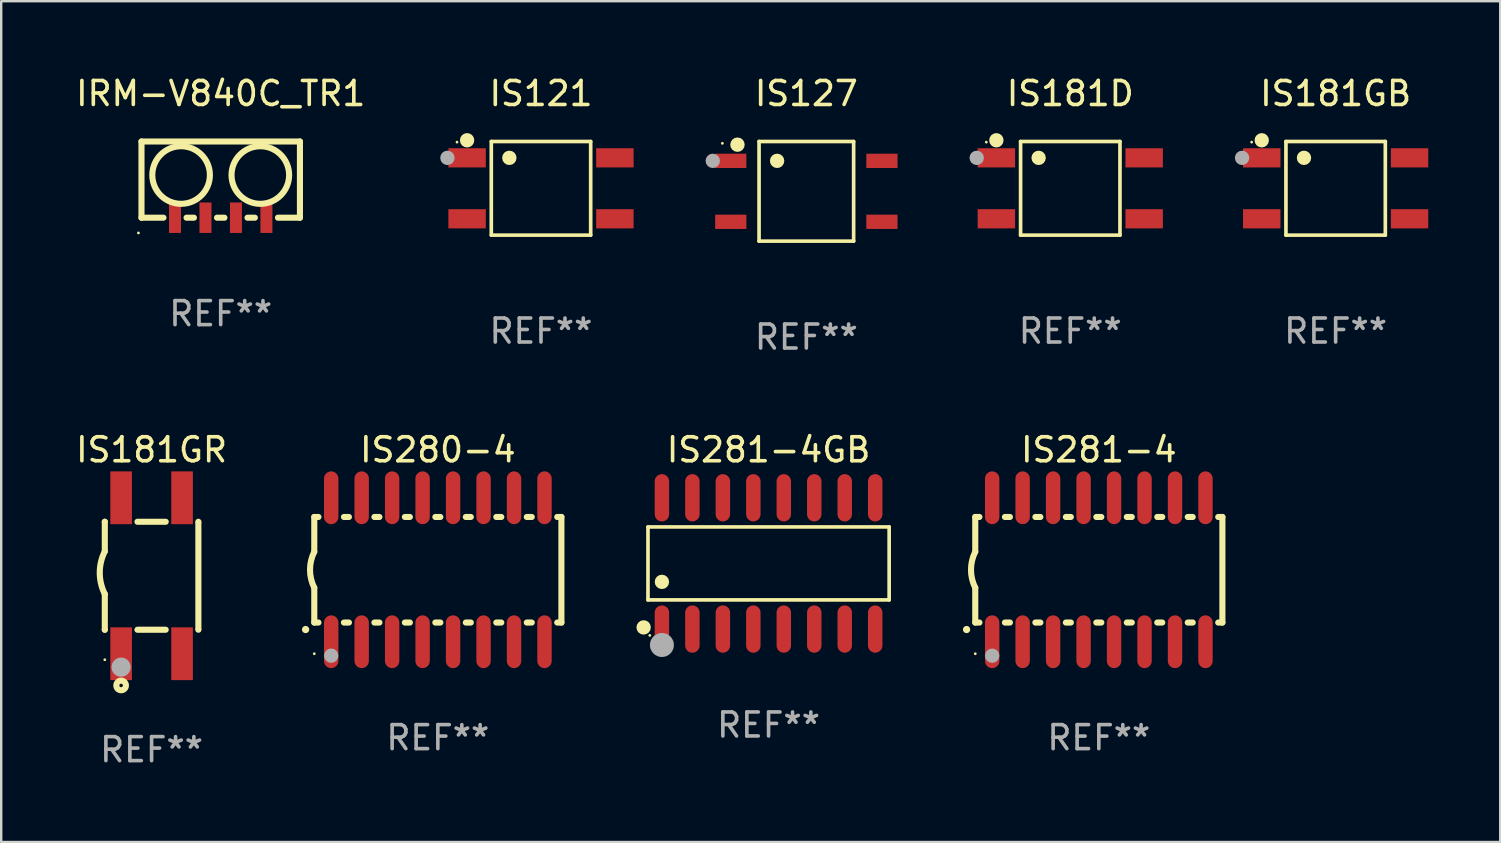
<source format=kicad_pcb>
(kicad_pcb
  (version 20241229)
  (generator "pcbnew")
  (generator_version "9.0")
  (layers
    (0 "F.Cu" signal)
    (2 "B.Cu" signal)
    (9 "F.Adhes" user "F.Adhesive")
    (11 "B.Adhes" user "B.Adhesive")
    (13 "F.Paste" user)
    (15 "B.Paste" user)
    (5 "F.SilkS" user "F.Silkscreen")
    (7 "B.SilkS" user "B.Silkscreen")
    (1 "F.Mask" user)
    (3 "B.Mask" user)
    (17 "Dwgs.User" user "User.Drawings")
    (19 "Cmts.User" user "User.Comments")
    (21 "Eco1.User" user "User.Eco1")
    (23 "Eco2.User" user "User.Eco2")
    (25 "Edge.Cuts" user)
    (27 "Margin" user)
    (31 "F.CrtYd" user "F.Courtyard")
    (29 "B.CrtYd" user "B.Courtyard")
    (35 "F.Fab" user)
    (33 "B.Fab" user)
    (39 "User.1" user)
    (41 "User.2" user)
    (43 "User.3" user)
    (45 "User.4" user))
  (footprint "IS181GB"
    (layer "F.Cu")
    (at 52.618 4.799)
    (property "Reference" "IS181GB" (at 0 -3.951 0) (layer "F.SilkS") (effects (font (size 1 1) (thickness 0.15))))
    (attr through_hole)
    (fp_line (start -2.071 -1.951) (end 2.071 -1.951) (stroke (width 0.152) (type solid)) (layer "F.SilkS"))
    (fp_line (start -2.071 1.951) (end -2.071 -1.951) (stroke (width 0.152) (type solid)) (layer "F.SilkS"))
    (fp_line (start 2.071 -1.951) (end 2.071 1.951) (stroke (width 0.152) (type solid)) (layer "F.SilkS"))
    (fp_line (start 2.071 1.951) (end -2.071 1.951) (stroke (width 0.152) (type solid)) (layer "F.SilkS"))
    (fp_circle (center -3.5 -1.925) (end -3.47 -1.925) (stroke (width 0.06) (type solid)) (fill no) (layer "F.SilkS"))
    (fp_circle (center -3.08 -2.002) (end -2.93 -2.002) (stroke (width 0.3) (type solid)) (fill no) (layer "F.SilkS"))
    (fp_circle (center -1.319 -1.27) (end -1.169 -1.27) (stroke (width 0.3) (type solid)) (fill no) (layer "F.SilkS"))
    (fp_circle (center -3.9 -1.27) (end -3.75 -1.27) (stroke (width 0.3) (type solid)) (fill no) (layer "F.Fab"))
    (fp_text user "REF**" (at 0 5.951 0) (layer "F.Fab") (effects (font (size 1 1) (thickness 0.15))))
    (pad "1" smd rect (at -3.08 -1.27) (size 1.56 0.8) (layers "F.Cu" "F.Mask" "F.Paste"))
    (pad "2" smd rect (at -3.08 1.27) (size 1.56 0.8) (layers "F.Cu" "F.Mask" "F.Paste"))
    (pad "3" smd rect (at 3.08 1.27) (size 1.56 0.8) (layers "F.Cu" "F.Mask" "F.Paste"))
    (pad "4" smd rect (at 3.08 -1.27) (size 1.56 0.8) (layers "F.Cu" "F.Mask" "F.Paste")))
  (footprint "IRM-V840C_TR1"
    (layer "F.Cu")
    (at 6.149 4.436)
    (property "Reference" "IRM-V840C_TR1" (at 0 -3.588 0) (layer "F.SilkS") (effects (font (size 1 1) (thickness 0.15))))
    (attr through_hole)
    (fp_line (start -3.302 -1.588) (end -3.302 1.588) (stroke (width 0.254) (type solid)) (layer "F.SilkS"))
    (fp_line (start -3.302 1.588) (end -2.386 1.588) (stroke (width 0.254) (type solid)) (layer "F.SilkS"))
    (fp_line (start -1.424 1.588) (end -1.116 1.588) (stroke (width 0.254) (type solid)) (layer "F.SilkS"))
    (fp_line (start -0.154 1.588) (end 0.154 1.588) (stroke (width 0.254) (type solid)) (layer "F.SilkS"))
    (fp_line (start 1.116 1.588) (end 1.424 1.588) (stroke (width 0.254) (type solid)) (layer "F.SilkS"))
    (fp_line (start 2.386 1.588) (end 3.302 1.588) (stroke (width 0.254) (type solid)) (layer "F.SilkS"))
    (fp_line (start 3.302 -1.588) (end -3.302 -1.588) (stroke (width 0.254) (type solid)) (layer "F.SilkS"))
    (fp_line (start 3.302 1.588) (end 3.302 -1.588) (stroke (width 0.254) (type solid)) (layer "F.SilkS"))
    (fp_circle (center -3.429 2.223) (end -3.399 2.223) (stroke (width 0.06) (type solid)) (fill no) (layer "F.SilkS"))
    (fp_circle (center -1.651 -0.191) (end -0.451 -0.191) (stroke (width 0.254) (type solid)) (fill no) (layer "F.SilkS"))
    (fp_circle (center 1.651 -0.191) (end 2.851 -0.191) (stroke (width 0.254) (type solid)) (fill no) (layer "F.SilkS"))
    (fp_text user "REF**" (at 0 5.588 0) (layer "F.Fab") (effects (font (size 1 1) (thickness 0.15))))
    (pad "1" smd rect (at -1.905 1.588) (size 0.5 1.27) (layers "F.Cu" "F.Mask" "F.Paste"))
    (pad "2" smd rect (at -0.635 1.588) (size 0.5 1.27) (layers "F.Cu" "F.Mask" "F.Paste"))
    (pad "3" smd rect (at 0.635 1.588) (size 0.5 1.27) (layers "F.Cu" "F.Mask" "F.Paste"))
    (pad "4" smd rect (at 1.905 1.588) (size 0.5 1.27) (layers "F.Cu" "F.Mask" "F.Paste")))
  (footprint "IS280-4"
    (layer "F.Cu")
    (at 15.199 20.697)
    (property "Reference" "IS280-4" (at 0 -5 0) (layer "F.SilkS") (effects (font (size 1 1) (thickness 0.15))))
    (attr through_hole)
    (fp_line (start -5.15 -2.2) (end -5.15 -0.75) (stroke (width 0.254) (type solid)) (layer "F.SilkS"))
    (fp_line (start -5.15 -2.2) (end -4.976 -2.2) (stroke (width 0.254) (type solid)) (layer "F.SilkS"))
    (fp_line (start -5.15 2.2) (end -5.15 0.75) (stroke (width 0.254) (type solid)) (layer "F.SilkS"))
    (fp_line (start -5.15 2.2) (end -4.976 2.2) (stroke (width 0.254) (type solid)) (layer "F.SilkS"))
    (fp_line (start -3.914 -2.2) (end -3.706 -2.2) (stroke (width 0.254) (type solid)) (layer "F.SilkS"))
    (fp_line (start -3.914 2.2) (end -3.706 2.2) (stroke (width 0.254) (type solid)) (layer "F.SilkS"))
    (fp_line (start -2.644 -2.2) (end -2.436 -2.2) (stroke (width 0.254) (type solid)) (layer "F.SilkS"))
    (fp_line (start -2.644 2.2) (end -2.436 2.2) (stroke (width 0.254) (type solid)) (layer "F.SilkS"))
    (fp_line (start -1.374 -2.2) (end -1.166 -2.2) (stroke (width 0.254) (type solid)) (layer "F.SilkS"))
    (fp_line (start -1.374 2.2) (end -1.166 2.2) (stroke (width 0.254) (type solid)) (layer "F.SilkS"))
    (fp_line (start -0.104 -2.2) (end 0.104 -2.2) (stroke (width 0.254) (type solid)) (layer "F.SilkS"))
    (fp_line (start -0.104 2.2) (end 0.104 2.2) (stroke (width 0.254) (type solid)) (layer "F.SilkS"))
    (fp_line (start 1.166 -2.2) (end 1.374 -2.2) (stroke (width 0.254) (type solid)) (layer "F.SilkS"))
    (fp_line (start 1.166 2.2) (end 1.374 2.2) (stroke (width 0.254) (type solid)) (layer "F.SilkS"))
    (fp_line (start 2.436 -2.2) (end 2.644 -2.2) (stroke (width 0.254) (type solid)) (layer "F.SilkS"))
    (fp_line (start 2.436 2.2) (end 2.644 2.2) (stroke (width 0.254) (type solid)) (layer "F.SilkS"))
    (fp_line (start 3.706 -2.2) (end 3.914 -2.2) (stroke (width 0.254) (type solid)) (layer "F.SilkS"))
    (fp_line (start 3.706 2.2) (end 3.914 2.2) (stroke (width 0.254) (type solid)) (layer "F.SilkS"))
    (fp_line (start 4.976 -2.2) (end 5.15 -2.2) (stroke (width 0.254) (type solid)) (layer "F.SilkS"))
    (fp_line (start 4.976 2.2) (end 5.15 2.2) (stroke (width 0.254) (type solid)) (layer "F.SilkS"))
    (fp_line (start 5.15 2.2) (end 5.15 -2.2) (stroke (width 0.254) (type solid)) (layer "F.SilkS"))
    (fp_arc (start -5.513081 2.491618) (mid -5.511811 2.491613) (end -5.510541 2.491618) (stroke (width 0.3) (type solid)) (layer "F.SilkS"))
    (fp_arc (start -5.15047 0.751207) (mid -5.327506 0.000556) (end -5.150013 -0.749987) (stroke (width 0.254001) (type solid)) (layer "F.SilkS"))
    (fp_circle (center -5.15 3.5) (end -5.12 3.5) (stroke (width 0.06) (type solid)) (fill no) (layer "F.SilkS"))
    (fp_circle (center -4.445 3.582) (end -4.295 3.582) (stroke (width 0.3) (type solid)) (fill no) (layer "F.Fab"))
    (fp_text user "REF**" (at 0 7 0) (layer "F.Fab") (effects (font (size 1 1) (thickness 0.15))))
    (pad "1" smd oval (at -4.445 3 180) (size 0.6 2.2) (layers "F.Cu" "F.Mask" "F.Paste"))
    (pad "2" smd oval (at -3.175 3 180) (size 0.6 2.2) (layers "F.Cu" "F.Mask" "F.Paste"))
    (pad "3" smd oval (at -1.905 3 180) (size 0.6 2.2) (layers "F.Cu" "F.Mask" "F.Paste"))
    (pad "4" smd oval (at -0.635 3 180) (size 0.6 2.2) (layers "F.Cu" "F.Mask" "F.Paste"))
    (pad "5" smd oval (at 0.635 3 180) (size 0.6 2.2) (layers "F.Cu" "F.Mask" "F.Paste"))
    (pad "6" smd oval (at 1.905 3 180) (size 0.6 2.2) (layers "F.Cu" "F.Mask" "F.Paste"))
    (pad "7" smd oval (at 3.175 3 180) (size 0.6 2.2) (layers "F.Cu" "F.Mask" "F.Paste"))
    (pad "8" smd oval (at 4.445 3 180) (size 0.6 2.2) (layers "F.Cu" "F.Mask" "F.Paste"))
    (pad "9" smd oval (at 4.445 -3 180) (size 0.6 2.2) (layers "F.Cu" "F.Mask" "F.Paste"))
    (pad "10" smd oval (at 3.175 -3 180) (size 0.6 2.2) (layers "F.Cu" "F.Mask" "F.Paste"))
    (pad "11" smd oval (at 1.905 -3 180) (size 0.6 2.2) (layers "F.Cu" "F.Mask" "F.Paste"))
    (pad "12" smd oval (at 0.635 -3 180) (size 0.6 2.2) (layers "F.Cu" "F.Mask" "F.Paste"))
    (pad "13" smd oval (at -0.635 -3 180) (size 0.6 2.2) (layers "F.Cu" "F.Mask" "F.Paste"))
    (pad "14" smd oval (at -1.905 -3 180) (size 0.6 2.2) (layers "F.Cu" "F.Mask" "F.Paste"))
    (pad "15" smd oval (at -3.175 -3 180) (size 0.6 2.2) (layers "F.Cu" "F.Mask" "F.Paste"))
    (pad "16" smd oval (at -4.445 -3 180) (size 0.6 2.2) (layers "F.Cu" "F.Mask" "F.Paste")))
  (footprint "IS281-4"
    (layer "F.Cu")
    (at 42.748 20.697)
    (property "Reference" "IS281-4" (at 0 -5 0) (layer "F.SilkS") (effects (font (size 1 1) (thickness 0.15))))
    (attr through_hole)
    (fp_line (start -5.15 -2.2) (end -5.15 -0.75) (stroke (width 0.254) (type solid)) (layer "F.SilkS"))
    (fp_line (start -5.15 -2.2) (end -4.976 -2.2) (stroke (width 0.254) (type solid)) (layer "F.SilkS"))
    (fp_line (start -5.15 2.2) (end -5.15 0.75) (stroke (width 0.254) (type solid)) (layer "F.SilkS"))
    (fp_line (start -5.15 2.2) (end -4.976 2.2) (stroke (width 0.254) (type solid)) (layer "F.SilkS"))
    (fp_line (start -3.914 -2.2) (end -3.706 -2.2) (stroke (width 0.254) (type solid)) (layer "F.SilkS"))
    (fp_line (start -3.914 2.2) (end -3.706 2.2) (stroke (width 0.254) (type solid)) (layer "F.SilkS"))
    (fp_line (start -2.644 -2.2) (end -2.436 -2.2) (stroke (width 0.254) (type solid)) (layer "F.SilkS"))
    (fp_line (start -2.644 2.2) (end -2.436 2.2) (stroke (width 0.254) (type solid)) (layer "F.SilkS"))
    (fp_line (start -1.374 -2.2) (end -1.166 -2.2) (stroke (width 0.254) (type solid)) (layer "F.SilkS"))
    (fp_line (start -1.374 2.2) (end -1.166 2.2) (stroke (width 0.254) (type solid)) (layer "F.SilkS"))
    (fp_line (start -0.104 -2.2) (end 0.104 -2.2) (stroke (width 0.254) (type solid)) (layer "F.SilkS"))
    (fp_line (start -0.104 2.2) (end 0.104 2.2) (stroke (width 0.254) (type solid)) (layer "F.SilkS"))
    (fp_line (start 1.166 -2.2) (end 1.374 -2.2) (stroke (width 0.254) (type solid)) (layer "F.SilkS"))
    (fp_line (start 1.166 2.2) (end 1.374 2.2) (stroke (width 0.254) (type solid)) (layer "F.SilkS"))
    (fp_line (start 2.436 -2.2) (end 2.644 -2.2) (stroke (width 0.254) (type solid)) (layer "F.SilkS"))
    (fp_line (start 2.436 2.2) (end 2.644 2.2) (stroke (width 0.254) (type solid)) (layer "F.SilkS"))
    (fp_line (start 3.706 -2.2) (end 3.914 -2.2) (stroke (width 0.254) (type solid)) (layer "F.SilkS"))
    (fp_line (start 3.706 2.2) (end 3.914 2.2) (stroke (width 0.254) (type solid)) (layer "F.SilkS"))
    (fp_line (start 4.976 -2.2) (end 5.15 -2.2) (stroke (width 0.254) (type solid)) (layer "F.SilkS"))
    (fp_line (start 4.976 2.2) (end 5.15 2.2) (stroke (width 0.254) (type solid)) (layer "F.SilkS"))
    (fp_line (start 5.15 2.2) (end 5.15 -2.2) (stroke (width 0.254) (type solid)) (layer "F.SilkS"))
    (fp_arc (start -5.513081 2.491618) (mid -5.511811 2.491613) (end -5.510541 2.491618) (stroke (width 0.3) (type solid)) (layer "F.SilkS"))
    (fp_arc (start -5.15047 0.751207) (mid -5.327506 0.000556) (end -5.150013 -0.749987) (stroke (width 0.254001) (type solid)) (layer "F.SilkS"))
    (fp_circle (center -5.15 3.5) (end -5.12 3.5) (stroke (width 0.06) (type solid)) (fill no) (layer "F.SilkS"))
    (fp_circle (center -4.445 3.582) (end -4.295 3.582) (stroke (width 0.3) (type solid)) (fill no) (layer "F.Fab"))
    (fp_text user "REF**" (at 0 7 0) (layer "F.Fab") (effects (font (size 1 1) (thickness 0.15))))
    (pad "1" smd oval (at -4.445 3 180) (size 0.6 2.2) (layers "F.Cu" "F.Mask" "F.Paste"))
    (pad "2" smd oval (at -3.175 3 180) (size 0.6 2.2) (layers "F.Cu" "F.Mask" "F.Paste"))
    (pad "3" smd oval (at -1.905 3 180) (size 0.6 2.2) (layers "F.Cu" "F.Mask" "F.Paste"))
    (pad "4" smd oval (at -0.635 3 180) (size 0.6 2.2) (layers "F.Cu" "F.Mask" "F.Paste"))
    (pad "5" smd oval (at 0.635 3 180) (size 0.6 2.2) (layers "F.Cu" "F.Mask" "F.Paste"))
    (pad "6" smd oval (at 1.905 3 180) (size 0.6 2.2) (layers "F.Cu" "F.Mask" "F.Paste"))
    (pad "7" smd oval (at 3.175 3 180) (size 0.6 2.2) (layers "F.Cu" "F.Mask" "F.Paste"))
    (pad "8" smd oval (at 4.445 3 180) (size 0.6 2.2) (layers "F.Cu" "F.Mask" "F.Paste"))
    (pad "9" smd oval (at 4.445 -3 180) (size 0.6 2.2) (layers "F.Cu" "F.Mask" "F.Paste"))
    (pad "10" smd oval (at 3.175 -3 180) (size 0.6 2.2) (layers "F.Cu" "F.Mask" "F.Paste"))
    (pad "11" smd oval (at 1.905 -3 180) (size 0.6 2.2) (layers "F.Cu" "F.Mask" "F.Paste"))
    (pad "12" smd oval (at 0.635 -3 180) (size 0.6 2.2) (layers "F.Cu" "F.Mask" "F.Paste"))
    (pad "13" smd oval (at -0.635 -3 180) (size 0.6 2.2) (layers "F.Cu" "F.Mask" "F.Paste"))
    (pad "14" smd oval (at -1.905 -3 180) (size 0.6 2.2) (layers "F.Cu" "F.Mask" "F.Paste"))
    (pad "15" smd oval (at -3.175 -3 180) (size 0.6 2.2) (layers "F.Cu" "F.Mask" "F.Paste"))
    (pad "16" smd oval (at -4.445 -3 180) (size 0.6 2.2) (layers "F.Cu" "F.Mask" "F.Paste")))
  (footprint "IS181GR"
    (layer "F.Cu")
    (at 3.268 20.947)
    (property "Reference" "IS181GR" (at 0 -5.25 0) (layer "F.SilkS") (effects (font (size 1 1) (thickness 0.15))))
    (attr through_hole)
    (fp_line (start -1.95 -2.25) (end -1.951 -2.25) (stroke (width 0.254) (type solid)) (layer "F.SilkS"))
    (fp_line (start -1.95 -2.25) (end -1.95 -1.016) (stroke (width 0.254) (type solid)) (layer "F.SilkS"))
    (fp_line (start -1.95 2.25) (end -1.951 2.25) (stroke (width 0.254) (type solid)) (layer "F.SilkS"))
    (fp_line (start -1.95 2.25) (end -1.95 0.762) (stroke (width 0.254) (type solid)) (layer "F.SilkS"))
    (fp_line (start -0.589 -2.25) (end 0.589 -2.25) (stroke (width 0.254) (type solid)) (layer "F.SilkS"))
    (fp_line (start -0.589 2.25) (end 0.589 2.25) (stroke (width 0.254) (type solid)) (layer "F.SilkS"))
    (fp_line (start 1.95 -2.2) (end 1.95 2.2) (stroke (width 0.254) (type solid)) (layer "F.SilkS"))
    (fp_line (start 1.951 -2.25) (end 1.95 -2.25) (stroke (width 0.254) (type solid)) (layer "F.SilkS"))
    (fp_line (start 1.951 2.25) (end 1.95 2.25) (stroke (width 0.254) (type solid)) (layer "F.SilkS"))
    (fp_arc (start -1.950711 0.762001) (mid -2.160315 -0.12709) (end -1.949949 -1.016002) (stroke (width 0.254001) (type solid)) (layer "F.SilkS"))
    (fp_circle (center -1.95 3.5) (end -1.92 3.5) (stroke (width 0.06) (type solid)) (fill no) (layer "F.SilkS"))
    (fp_circle (center -1.27 4.572) (end -1.07 4.572) (stroke (width 0.254) (type solid)) (fill no) (layer "F.SilkS"))
    (fp_circle (center -1.27 3.81) (end -1.07 3.81) (stroke (width 0.4) (type solid)) (fill no) (layer "F.Fab"))
    (fp_text user "REF**" (at 0 7.25 0) (layer "F.Fab") (effects (font (size 1 1) (thickness 0.15))))
    (pad "1" smd rect (at -1.27 3.25 90) (size 2.2 0.9) (layers "F.Cu" "F.Mask" "F.Paste"))
    (pad "2" smd rect (at 1.27 3.25 90) (size 2.2 0.9) (layers "F.Cu" "F.Mask" "F.Paste"))
    (pad "3" smd rect (at 1.27 -3.25 90) (size 2.2 0.9) (layers "F.Cu" "F.Mask" "F.Paste"))
    (pad "4" smd rect (at -1.27 -3.25 90) (size 2.2 0.9) (layers "F.Cu" "F.Mask" "F.Paste")))
  (footprint "IS127"
    (layer "F.Cu")
    (at 30.558 4.924)
    (property "Reference" "IS127" (at 0 -4.076 0) (layer "F.SilkS") (effects (font (size 1 1) (thickness 0.15))))
    (attr through_hole)
    (fp_line (start -1.971 -2.076) (end 1.971 -2.076) (stroke (width 0.152) (type solid)) (layer "F.SilkS"))
    (fp_line (start -1.971 2.076) (end -1.971 -2.076) (stroke (width 0.152) (type solid)) (layer "F.SilkS"))
    (fp_line (start 1.971 -2.076) (end 1.971 2.076) (stroke (width 0.152) (type solid)) (layer "F.SilkS"))
    (fp_line (start 1.971 2.076) (end -1.971 2.076) (stroke (width 0.152) (type solid)) (layer "F.SilkS"))
    (fp_circle (center -3.5 -2) (end -3.47 -2) (stroke (width 0.06) (type solid)) (fill no) (layer "F.SilkS"))
    (fp_circle (center -2.871 -1.944) (end -2.72 -1.944) (stroke (width 0.3) (type solid)) (fill no) (layer "F.SilkS"))
    (fp_circle (center -1.219 -1.27) (end -1.069 -1.27) (stroke (width 0.3) (type solid)) (fill no) (layer "F.SilkS"))
    (fp_circle (center -3.9 -1.27) (end -3.75 -1.27) (stroke (width 0.3) (type solid)) (fill no) (layer "F.Fab"))
    (fp_text user "REF**" (at 0 6.076 0) (layer "F.Fab") (effects (font (size 1 1) (thickness 0.15))))
    (pad "1" smd rect (at -3.15 -1.27 270) (size 0.595 1.3) (layers "F.Cu" "F.Mask" "F.Paste"))
    (pad "2" smd rect (at -3.15 1.27 270) (size 0.595 1.3) (layers "F.Cu" "F.Mask" "F.Paste"))
    (pad "3" smd rect (at 3.15 1.27 270) (size 0.595 1.3) (layers "F.Cu" "F.Mask" "F.Paste"))
    (pad "4" smd rect (at 3.15 -1.27 270) (size 0.595 1.3) (layers "F.Cu" "F.Mask" "F.Paste")))
  (footprint "IS121"
    (layer "F.Cu")
    (at 19.498 4.799)
    (property "Reference" "IS121" (at 0 -3.951 0) (layer "F.SilkS") (effects (font (size 1 1) (thickness 0.15))))
    (attr through_hole)
    (fp_line (start -2.071 -1.951) (end 2.071 -1.951) (stroke (width 0.152) (type solid)) (layer "F.SilkS"))
    (fp_line (start -2.071 1.951) (end -2.071 -1.951) (stroke (width 0.152) (type solid)) (layer "F.SilkS"))
    (fp_line (start 2.071 -1.951) (end 2.071 1.951) (stroke (width 0.152) (type solid)) (layer "F.SilkS"))
    (fp_line (start 2.071 1.951) (end -2.071 1.951) (stroke (width 0.152) (type solid)) (layer "F.SilkS"))
    (fp_circle (center -3.5 -1.925) (end -3.47 -1.925) (stroke (width 0.06) (type solid)) (fill no) (layer "F.SilkS"))
    (fp_circle (center -3.08 -2.002) (end -2.93 -2.002) (stroke (width 0.3) (type solid)) (fill no) (layer "F.SilkS"))
    (fp_circle (center -1.319 -1.27) (end -1.169 -1.27) (stroke (width 0.3) (type solid)) (fill no) (layer "F.SilkS"))
    (fp_circle (center -3.9 -1.27) (end -3.75 -1.27) (stroke (width 0.3) (type solid)) (fill no) (layer "F.Fab"))
    (fp_text user "REF**" (at 0 5.951 0) (layer "F.Fab") (effects (font (size 1 1) (thickness 0.15))))
    (pad "1" smd rect (at -3.08 -1.27) (size 1.56 0.8) (layers "F.Cu" "F.Mask" "F.Paste"))
    (pad "2" smd rect (at -3.08 1.27) (size 1.56 0.8) (layers "F.Cu" "F.Mask" "F.Paste"))
    (pad "3" smd rect (at 3.08 1.27) (size 1.56 0.8) (layers "F.Cu" "F.Mask" "F.Paste"))
    (pad "4" smd rect (at 3.08 -1.27) (size 1.56 0.8) (layers "F.Cu" "F.Mask" "F.Paste")))
  (footprint "IS181D"
    (layer "F.Cu")
    (at 41.558 4.799)
    (property "Reference" "IS181D" (at 0 -3.951 0) (layer "F.SilkS") (effects (font (size 1 1) (thickness 0.15))))
    (attr through_hole)
    (fp_line (start -2.071 -1.951) (end 2.071 -1.951) (stroke (width 0.152) (type solid)) (layer "F.SilkS"))
    (fp_line (start -2.071 1.951) (end -2.071 -1.951) (stroke (width 0.152) (type solid)) (layer "F.SilkS"))
    (fp_line (start 2.071 -1.951) (end 2.071 1.951) (stroke (width 0.152) (type solid)) (layer "F.SilkS"))
    (fp_line (start 2.071 1.951) (end -2.071 1.951) (stroke (width 0.152) (type solid)) (layer "F.SilkS"))
    (fp_circle (center -3.5 -1.925) (end -3.47 -1.925) (stroke (width 0.06) (type solid)) (fill no) (layer "F.SilkS"))
    (fp_circle (center -3.08 -2.002) (end -2.93 -2.002) (stroke (width 0.3) (type solid)) (fill no) (layer "F.SilkS"))
    (fp_circle (center -1.319 -1.27) (end -1.169 -1.27) (stroke (width 0.3) (type solid)) (fill no) (layer "F.SilkS"))
    (fp_circle (center -3.9 -1.27) (end -3.75 -1.27) (stroke (width 0.3) (type solid)) (fill no) (layer "F.Fab"))
    (fp_text user "REF**" (at 0 5.951 0) (layer "F.Fab") (effects (font (size 1 1) (thickness 0.15))))
    (pad "1" smd rect (at -3.08 -1.27) (size 1.56 0.8) (layers "F.Cu" "F.Mask" "F.Paste"))
    (pad "2" smd rect (at -3.08 1.27) (size 1.56 0.8) (layers "F.Cu" "F.Mask" "F.Paste"))
    (pad "3" smd rect (at 3.08 1.27) (size 1.56 0.8) (layers "F.Cu" "F.Mask" "F.Paste"))
    (pad "4" smd rect (at 3.08 -1.27) (size 1.56 0.8) (layers "F.Cu" "F.Mask" "F.Paste")))
  (footprint "IS281-4GB"
    (layer "F.Cu")
    (at 28.983 20.433)
    (property "Reference" "IS281-4GB" (at 0 -4.736 0) (layer "F.SilkS") (effects (font (size 1 1) (thickness 0.15))))
    (attr through_hole)
    (fp_line (start -5.026 -1.521) (end 5.026 -1.521) (stroke (width 0.152) (type solid)) (layer "F.SilkS"))
    (fp_line (start -5.026 1.521) (end -5.026 -1.521) (stroke (width 0.152) (type solid)) (layer "F.SilkS"))
    (fp_line (start 5.026 -1.521) (end 5.026 1.521) (stroke (width 0.152) (type solid)) (layer "F.SilkS"))
    (fp_line (start 5.026 1.521) (end -5.026 1.521) (stroke (width 0.152) (type solid)) (layer "F.SilkS"))
    (fp_circle (center -5.207 2.667) (end -5.057 2.667) (stroke (width 0.3) (type solid)) (fill no) (layer "F.SilkS"))
    (fp_circle (center -4.95 3) (end -4.92 3) (stroke (width 0.06) (type solid)) (fill no) (layer "F.SilkS"))
    (fp_circle (center -4.445 0.769) (end -4.295 0.769) (stroke (width 0.3) (type solid)) (fill no) (layer "F.SilkS"))
    (fp_circle (center -4.445 3.4) (end -4.195 3.4) (stroke (width 0.5) (type solid)) (fill no) (layer "F.Fab"))
    (fp_text user "REF**" (at 0 6.736 0) (layer "F.Fab") (effects (font (size 1 1) (thickness 0.15))))
    (pad "1" smd oval (at -4.445 2.736) (size 0.602 1.971) (layers "F.Cu" "F.Mask" "F.Paste"))
    (pad "2" smd oval (at -3.175 2.736) (size 0.602 1.971) (layers "F.Cu" "F.Mask" "F.Paste"))
    (pad "3" smd oval (at -1.905 2.736) (size 0.602 1.971) (layers "F.Cu" "F.Mask" "F.Paste"))
    (pad "4" smd oval (at -0.635 2.736) (size 0.602 1.971) (layers "F.Cu" "F.Mask" "F.Paste"))
    (pad "5" smd oval (at 0.635 2.736) (size 0.602 1.971) (layers "F.Cu" "F.Mask" "F.Paste"))
    (pad "6" smd oval (at 1.905 2.736) (size 0.602 1.971) (layers "F.Cu" "F.Mask" "F.Paste"))
    (pad "7" smd oval (at 3.175 2.736) (size 0.602 1.971) (layers "F.Cu" "F.Mask" "F.Paste"))
    (pad "8" smd oval (at 4.445 2.736) (size 0.602 1.971) (layers "F.Cu" "F.Mask" "F.Paste"))
    (pad "9" smd oval (at 4.445 -2.736) (size 0.602 1.971) (layers "F.Cu" "F.Mask" "F.Paste"))
    (pad "10" smd oval (at 3.175 -2.736) (size 0.602 1.971) (layers "F.Cu" "F.Mask" "F.Paste"))
    (pad "11" smd oval (at 1.905 -2.736) (size 0.602 1.971) (layers "F.Cu" "F.Mask" "F.Paste"))
    (pad "12" smd oval (at 0.635 -2.736) (size 0.602 1.971) (layers "F.Cu" "F.Mask" "F.Paste"))
    (pad "13" smd oval (at -0.635 -2.736) (size 0.602 1.971) (layers "F.Cu" "F.Mask" "F.Paste"))
    (pad "14" smd oval (at -1.905 -2.736) (size 0.602 1.971) (layers "F.Cu" "F.Mask" "F.Paste"))
    (pad "15" smd oval (at -3.175 -2.736) (size 0.602 1.971) (layers "F.Cu" "F.Mask" "F.Paste"))
    (pad "16" smd oval (at -4.445 -2.736) (size 0.602 1.971) (layers "F.Cu" "F.Mask" "F.Paste")))
  (gr_rect
    (start -3 -3)
    (end 59.478 32.045)
    (stroke (width 0.1) (type default))
    (fill no)
    (layer "Edge.Cuts")))
</source>
